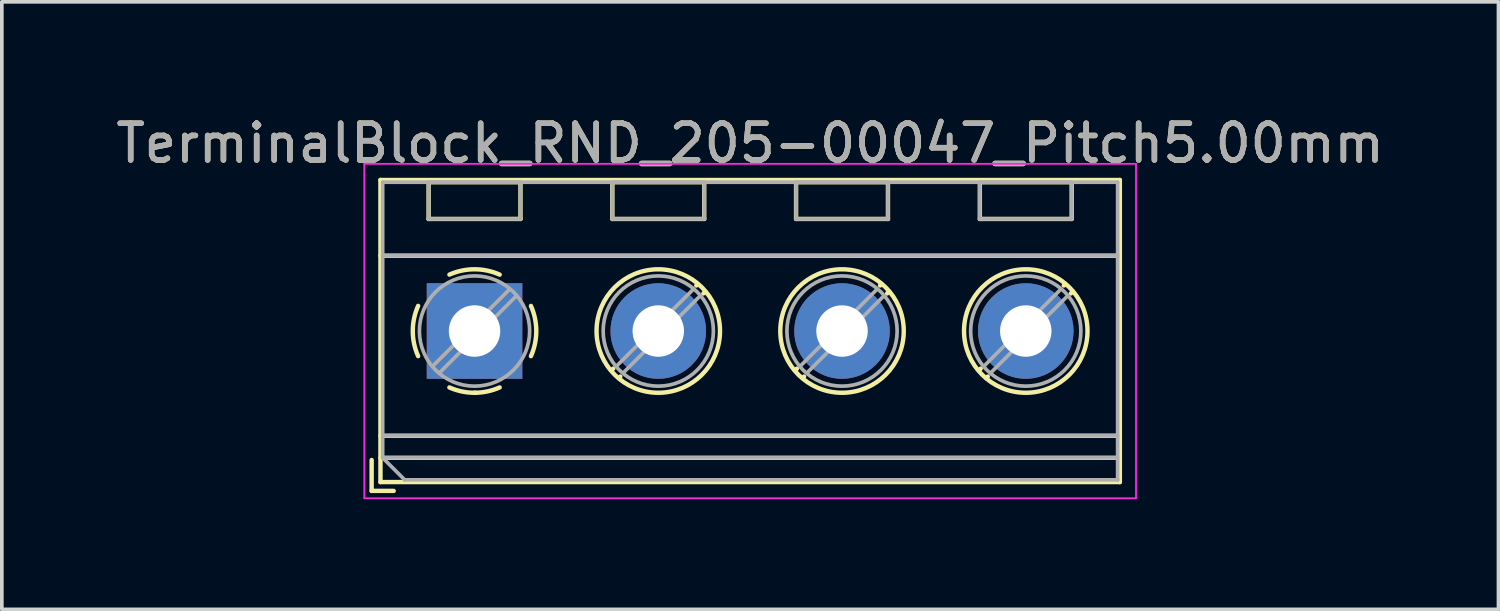
<source format=kicad_pcb>
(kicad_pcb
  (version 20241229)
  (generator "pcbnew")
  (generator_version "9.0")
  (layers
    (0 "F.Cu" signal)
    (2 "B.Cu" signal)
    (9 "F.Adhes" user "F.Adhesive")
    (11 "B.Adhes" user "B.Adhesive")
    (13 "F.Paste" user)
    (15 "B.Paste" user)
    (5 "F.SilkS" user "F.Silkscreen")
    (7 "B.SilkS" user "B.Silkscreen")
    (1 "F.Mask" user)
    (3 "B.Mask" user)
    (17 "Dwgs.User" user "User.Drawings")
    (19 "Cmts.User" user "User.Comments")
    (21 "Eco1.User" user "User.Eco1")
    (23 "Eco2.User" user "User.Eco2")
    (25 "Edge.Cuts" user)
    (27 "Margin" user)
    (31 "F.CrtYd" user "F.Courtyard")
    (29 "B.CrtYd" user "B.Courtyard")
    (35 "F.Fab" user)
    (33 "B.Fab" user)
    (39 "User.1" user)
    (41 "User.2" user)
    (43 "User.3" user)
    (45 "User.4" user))
  (footprint "TerminalBlock_RND_205-00047_Pitch5.00mm"
    (layer "F.Cu")
    (at 9.863 5.958)
    (property "Reference" "TerminalBlock_RND_205-00047_Pitch5.00mm" (at 7.5 -5.11 0) (layer "F.SilkS") (effects (font (size 1 1) (thickness 0.15))))
    (attr through_hole)
    (fp_line (start -2.8 3.51) (end -2.8 4.35) (stroke (width 0.12) (type solid)) (layer "F.SilkS"))
    (fp_line (start -2.8 4.35) (end -2.2 4.35) (stroke (width 0.12) (type solid)) (layer "F.SilkS"))
    (fp_line (start -2.56 -4.11) (end -2.56 4.11) (stroke (width 0.12) (type solid)) (layer "F.SilkS"))
    (fp_line (start -2.56 -2.05) (end 17.56 -2.05) (stroke (width 0.12) (type solid)) (layer "F.SilkS"))
    (fp_line (start -2.56 2.85) (end 17.56 2.85) (stroke (width 0.12) (type solid)) (layer "F.SilkS"))
    (fp_line (start -2.56 3.45) (end 17.56 3.45) (stroke (width 0.12) (type solid)) (layer "F.SilkS"))
    (fp_line (start -2.56 4.11) (end 17.56 4.11) (stroke (width 0.12) (type solid)) (layer "F.SilkS"))
    (fp_line (start -1.25 -4.05) (end -1.25 -3.05) (stroke (width 0.12) (type solid)) (layer "F.SilkS"))
    (fp_line (start -1.25 -4.05) (end 1.25 -4.05) (stroke (width 0.12) (type solid)) (layer "F.SilkS"))
    (fp_line (start -1.25 -3.05) (end 1.25 -3.05) (stroke (width 0.12) (type solid)) (layer "F.SilkS"))
    (fp_line (start 1.25 -4.05) (end 1.25 -3.05) (stroke (width 0.12) (type solid)) (layer "F.SilkS"))
    (fp_line (start 3.75 -4.05) (end 3.75 -3.05) (stroke (width 0.12) (type solid)) (layer "F.SilkS"))
    (fp_line (start 3.75 -4.05) (end 6.25 -4.05) (stroke (width 0.12) (type solid)) (layer "F.SilkS"))
    (fp_line (start 3.75 -3.05) (end 6.25 -3.05) (stroke (width 0.12) (type solid)) (layer "F.SilkS"))
    (fp_line (start 3.773 1.023) (end 3.726 1.069) (stroke (width 0.12) (type solid)) (layer "F.SilkS"))
    (fp_line (start 3.966 1.239) (end 3.931 1.274) (stroke (width 0.12) (type solid)) (layer "F.SilkS"))
    (fp_line (start 6.07 -1.275) (end 6.035 -1.239) (stroke (width 0.12) (type solid)) (layer "F.SilkS"))
    (fp_line (start 6.25 -4.05) (end 6.25 -3.05) (stroke (width 0.12) (type solid)) (layer "F.SilkS"))
    (fp_line (start 6.275 -1.069) (end 6.228 -1.023) (stroke (width 0.12) (type solid)) (layer "F.SilkS"))
    (fp_line (start 8.75 -4.05) (end 8.75 -3.05) (stroke (width 0.12) (type solid)) (layer "F.SilkS"))
    (fp_line (start 8.75 -4.05) (end 11.25 -4.05) (stroke (width 0.12) (type solid)) (layer "F.SilkS"))
    (fp_line (start 8.75 -3.05) (end 11.25 -3.05) (stroke (width 0.12) (type solid)) (layer "F.SilkS"))
    (fp_line (start 8.773 1.023) (end 8.726 1.069) (stroke (width 0.12) (type solid)) (layer "F.SilkS"))
    (fp_line (start 8.966 1.239) (end 8.931 1.274) (stroke (width 0.12) (type solid)) (layer "F.SilkS"))
    (fp_line (start 11.07 -1.275) (end 11.035 -1.239) (stroke (width 0.12) (type solid)) (layer "F.SilkS"))
    (fp_line (start 11.25 -4.05) (end 11.25 -3.05) (stroke (width 0.12) (type solid)) (layer "F.SilkS"))
    (fp_line (start 11.275 -1.069) (end 11.228 -1.023) (stroke (width 0.12) (type solid)) (layer "F.SilkS"))
    (fp_line (start 13.75 -4.05) (end 13.75 -3.05) (stroke (width 0.12) (type solid)) (layer "F.SilkS"))
    (fp_line (start 13.75 -4.05) (end 16.25 -4.05) (stroke (width 0.12) (type solid)) (layer "F.SilkS"))
    (fp_line (start 13.75 -3.05) (end 16.25 -3.05) (stroke (width 0.12) (type solid)) (layer "F.SilkS"))
    (fp_line (start 13.773 1.023) (end 13.726 1.069) (stroke (width 0.12) (type solid)) (layer "F.SilkS"))
    (fp_line (start 13.966 1.239) (end 13.931 1.274) (stroke (width 0.12) (type solid)) (layer "F.SilkS"))
    (fp_line (start 16.07 -1.275) (end 16.035 -1.239) (stroke (width 0.12) (type solid)) (layer "F.SilkS"))
    (fp_line (start 16.25 -4.05) (end 16.25 -3.05) (stroke (width 0.12) (type solid)) (layer "F.SilkS"))
    (fp_line (start 16.275 -1.069) (end 16.228 -1.023) (stroke (width 0.12) (type solid)) (layer "F.SilkS"))
    (fp_line (start 17.56 -4.11) (end -2.56 -4.11) (stroke (width 0.12) (type solid)) (layer "F.SilkS"))
    (fp_line (start 17.56 4.11) (end 17.56 -4.11) (stroke (width 0.12) (type solid)) (layer "F.SilkS"))
    (fp_arc (start -1.535427 0.683042) (mid -1.680501 -0.000524) (end -1.535 -0.684) (stroke (width 0.12) (type solid)) (layer "F.SilkS"))
    (fp_arc (start -0.683042 -1.535427) (mid 0.000524 -1.680501) (end 0.684 -1.535) (stroke (width 0.12) (type solid)) (layer "F.SilkS"))
    (fp_arc (start 0.028805 1.680253) (mid -0.335551 1.646659) (end -0.684 1.535) (stroke (width 0.12) (type solid)) (layer "F.SilkS"))
    (fp_arc (start 0.683318 1.534756) (mid 0.349292 1.643288) (end 0 1.68) (stroke (width 0.12) (type solid)) (layer "F.SilkS"))
    (fp_arc (start 1.535427 -0.683042) (mid 1.680501 0.000524) (end 1.535 0.684) (stroke (width 0.12) (type solid)) (layer "F.SilkS"))
    (fp_circle (center 5 0) (end 6.68 0) (stroke (width 0.12) (type solid)) (fill no) (layer "F.SilkS"))
    (fp_circle (center 10 0) (end 11.68 0) (stroke (width 0.12) (type solid)) (fill no) (layer "F.SilkS"))
    (fp_circle (center 15 0) (end 16.68 0) (stroke (width 0.12) (type solid)) (fill no) (layer "F.SilkS"))
    (fp_line (start -3 -4.55) (end -3 4.55) (stroke (width 0.05) (type solid)) (layer "F.CrtYd"))
    (fp_line (start -3 4.55) (end 18 4.55) (stroke (width 0.05) (type solid)) (layer "F.CrtYd"))
    (fp_line (start 18 -4.55) (end -3 -4.55) (stroke (width 0.05) (type solid)) (layer "F.CrtYd"))
    (fp_line (start 18 4.55) (end 18 -4.55) (stroke (width 0.05) (type solid)) (layer "F.CrtYd"))
    (fp_line (start -2.5 -4.05) (end 17.5 -4.05) (stroke (width 0.1) (type solid)) (layer "F.Fab"))
    (fp_line (start -2.5 -2.05) (end 17.5 -2.05) (stroke (width 0.1) (type solid)) (layer "F.Fab"))
    (fp_line (start -2.5 2.85) (end 17.5 2.85) (stroke (width 0.1) (type solid)) (layer "F.Fab"))
    (fp_line (start -2.5 3.45) (end -2.5 -4.05) (stroke (width 0.1) (type solid)) (layer "F.Fab"))
    (fp_line (start -2.5 3.45) (end 17.5 3.45) (stroke (width 0.1) (type solid)) (layer "F.Fab"))
    (fp_line (start -1.9 4.05) (end -2.5 3.45) (stroke (width 0.1) (type solid)) (layer "F.Fab"))
    (fp_line (start -1.25 -4.05) (end -1.25 -3.05) (stroke (width 0.1) (type solid)) (layer "F.Fab"))
    (fp_line (start -1.25 -3.05) (end 1.25 -3.05) (stroke (width 0.1) (type solid)) (layer "F.Fab"))
    (fp_line (start 0.955 -1.138) (end -1.138 0.955) (stroke (width 0.1) (type solid)) (layer "F.Fab"))
    (fp_line (start 1.138 -0.955) (end -0.955 1.138) (stroke (width 0.1) (type solid)) (layer "F.Fab"))
    (fp_line (start 1.25 -4.05) (end -1.25 -4.05) (stroke (width 0.1) (type solid)) (layer "F.Fab"))
    (fp_line (start 1.25 -3.05) (end 1.25 -4.05) (stroke (width 0.1) (type solid)) (layer "F.Fab"))
    (fp_line (start 3.75 -4.05) (end 3.75 -3.05) (stroke (width 0.1) (type solid)) (layer "F.Fab"))
    (fp_line (start 3.75 -3.05) (end 6.25 -3.05) (stroke (width 0.1) (type solid)) (layer "F.Fab"))
    (fp_line (start 5.955 -1.138) (end 3.863 0.955) (stroke (width 0.1) (type solid)) (layer "F.Fab"))
    (fp_line (start 6.138 -0.955) (end 4.046 1.138) (stroke (width 0.1) (type solid)) (layer "F.Fab"))
    (fp_line (start 6.25 -4.05) (end 3.75 -4.05) (stroke (width 0.1) (type solid)) (layer "F.Fab"))
    (fp_line (start 6.25 -3.05) (end 6.25 -4.05) (stroke (width 0.1) (type solid)) (layer "F.Fab"))
    (fp_line (start 8.75 -4.05) (end 8.75 -3.05) (stroke (width 0.1) (type solid)) (layer "F.Fab"))
    (fp_line (start 8.75 -3.05) (end 11.25 -3.05) (stroke (width 0.1) (type solid)) (layer "F.Fab"))
    (fp_line (start 10.955 -1.138) (end 8.863 0.955) (stroke (width 0.1) (type solid)) (layer "F.Fab"))
    (fp_line (start 11.138 -0.955) (end 9.046 1.138) (stroke (width 0.1) (type solid)) (layer "F.Fab"))
    (fp_line (start 11.25 -4.05) (end 8.75 -4.05) (stroke (width 0.1) (type solid)) (layer "F.Fab"))
    (fp_line (start 11.25 -3.05) (end 11.25 -4.05) (stroke (width 0.1) (type solid)) (layer "F.Fab"))
    (fp_line (start 13.75 -4.05) (end 13.75 -3.05) (stroke (width 0.1) (type solid)) (layer "F.Fab"))
    (fp_line (start 13.75 -3.05) (end 16.25 -3.05) (stroke (width 0.1) (type solid)) (layer "F.Fab"))
    (fp_line (start 15.955 -1.138) (end 13.863 0.955) (stroke (width 0.1) (type solid)) (layer "F.Fab"))
    (fp_line (start 16.138 -0.955) (end 14.046 1.138) (stroke (width 0.1) (type solid)) (layer "F.Fab"))
    (fp_line (start 16.25 -4.05) (end 13.75 -4.05) (stroke (width 0.1) (type solid)) (layer "F.Fab"))
    (fp_line (start 16.25 -3.05) (end 16.25 -4.05) (stroke (width 0.1) (type solid)) (layer "F.Fab"))
    (fp_line (start 17.5 -4.05) (end 17.5 4.05) (stroke (width 0.1) (type solid)) (layer "F.Fab"))
    (fp_line (start 17.5 4.05) (end -1.9 4.05) (stroke (width 0.1) (type solid)) (layer "F.Fab"))
    (fp_circle (center 0 0) (end 1.5 0) (stroke (width 0.1) (type solid)) (fill no) (layer "F.Fab"))
    (fp_circle (center 5 0) (end 6.5 0) (stroke (width 0.1) (type solid)) (fill no) (layer "F.Fab"))
    (fp_circle (center 10 0) (end 11.5 0) (stroke (width 0.1) (type solid)) (fill no) (layer "F.Fab"))
    (fp_circle (center 15 0) (end 16.5 0) (stroke (width 0.1) (type solid)) (fill no) (layer "F.Fab"))
    (fp_text user "${REFERENCE}" (at 7.5 -5.11 0) (layer "F.Fab") (effects (font (size 1 1) (thickness 0.15))))
    (pad "1" thru_hole rect (at 0 0) (size 2.6 2.6) (drill 1.4) (layers "*.Cu" "*.Mask"))
    (pad "2" thru_hole circle (at 5 0) (size 2.6 2.6) (drill 1.4) (layers "*.Cu" "*.Mask"))
    (pad "3" thru_hole circle (at 10 0) (size 2.6 2.6) (drill 1.4) (layers "*.Cu" "*.Mask"))
    (pad "4" thru_hole circle (at 15 0) (size 2.6 2.6) (drill 1.4) (layers "*.Cu" "*.Mask")))
  (gr_rect
    (start -3 -3)
    (end 37.726 13.533)
    (stroke (width 0.1) (type default))
    (fill no)
    (layer "Edge.Cuts")))
</source>
